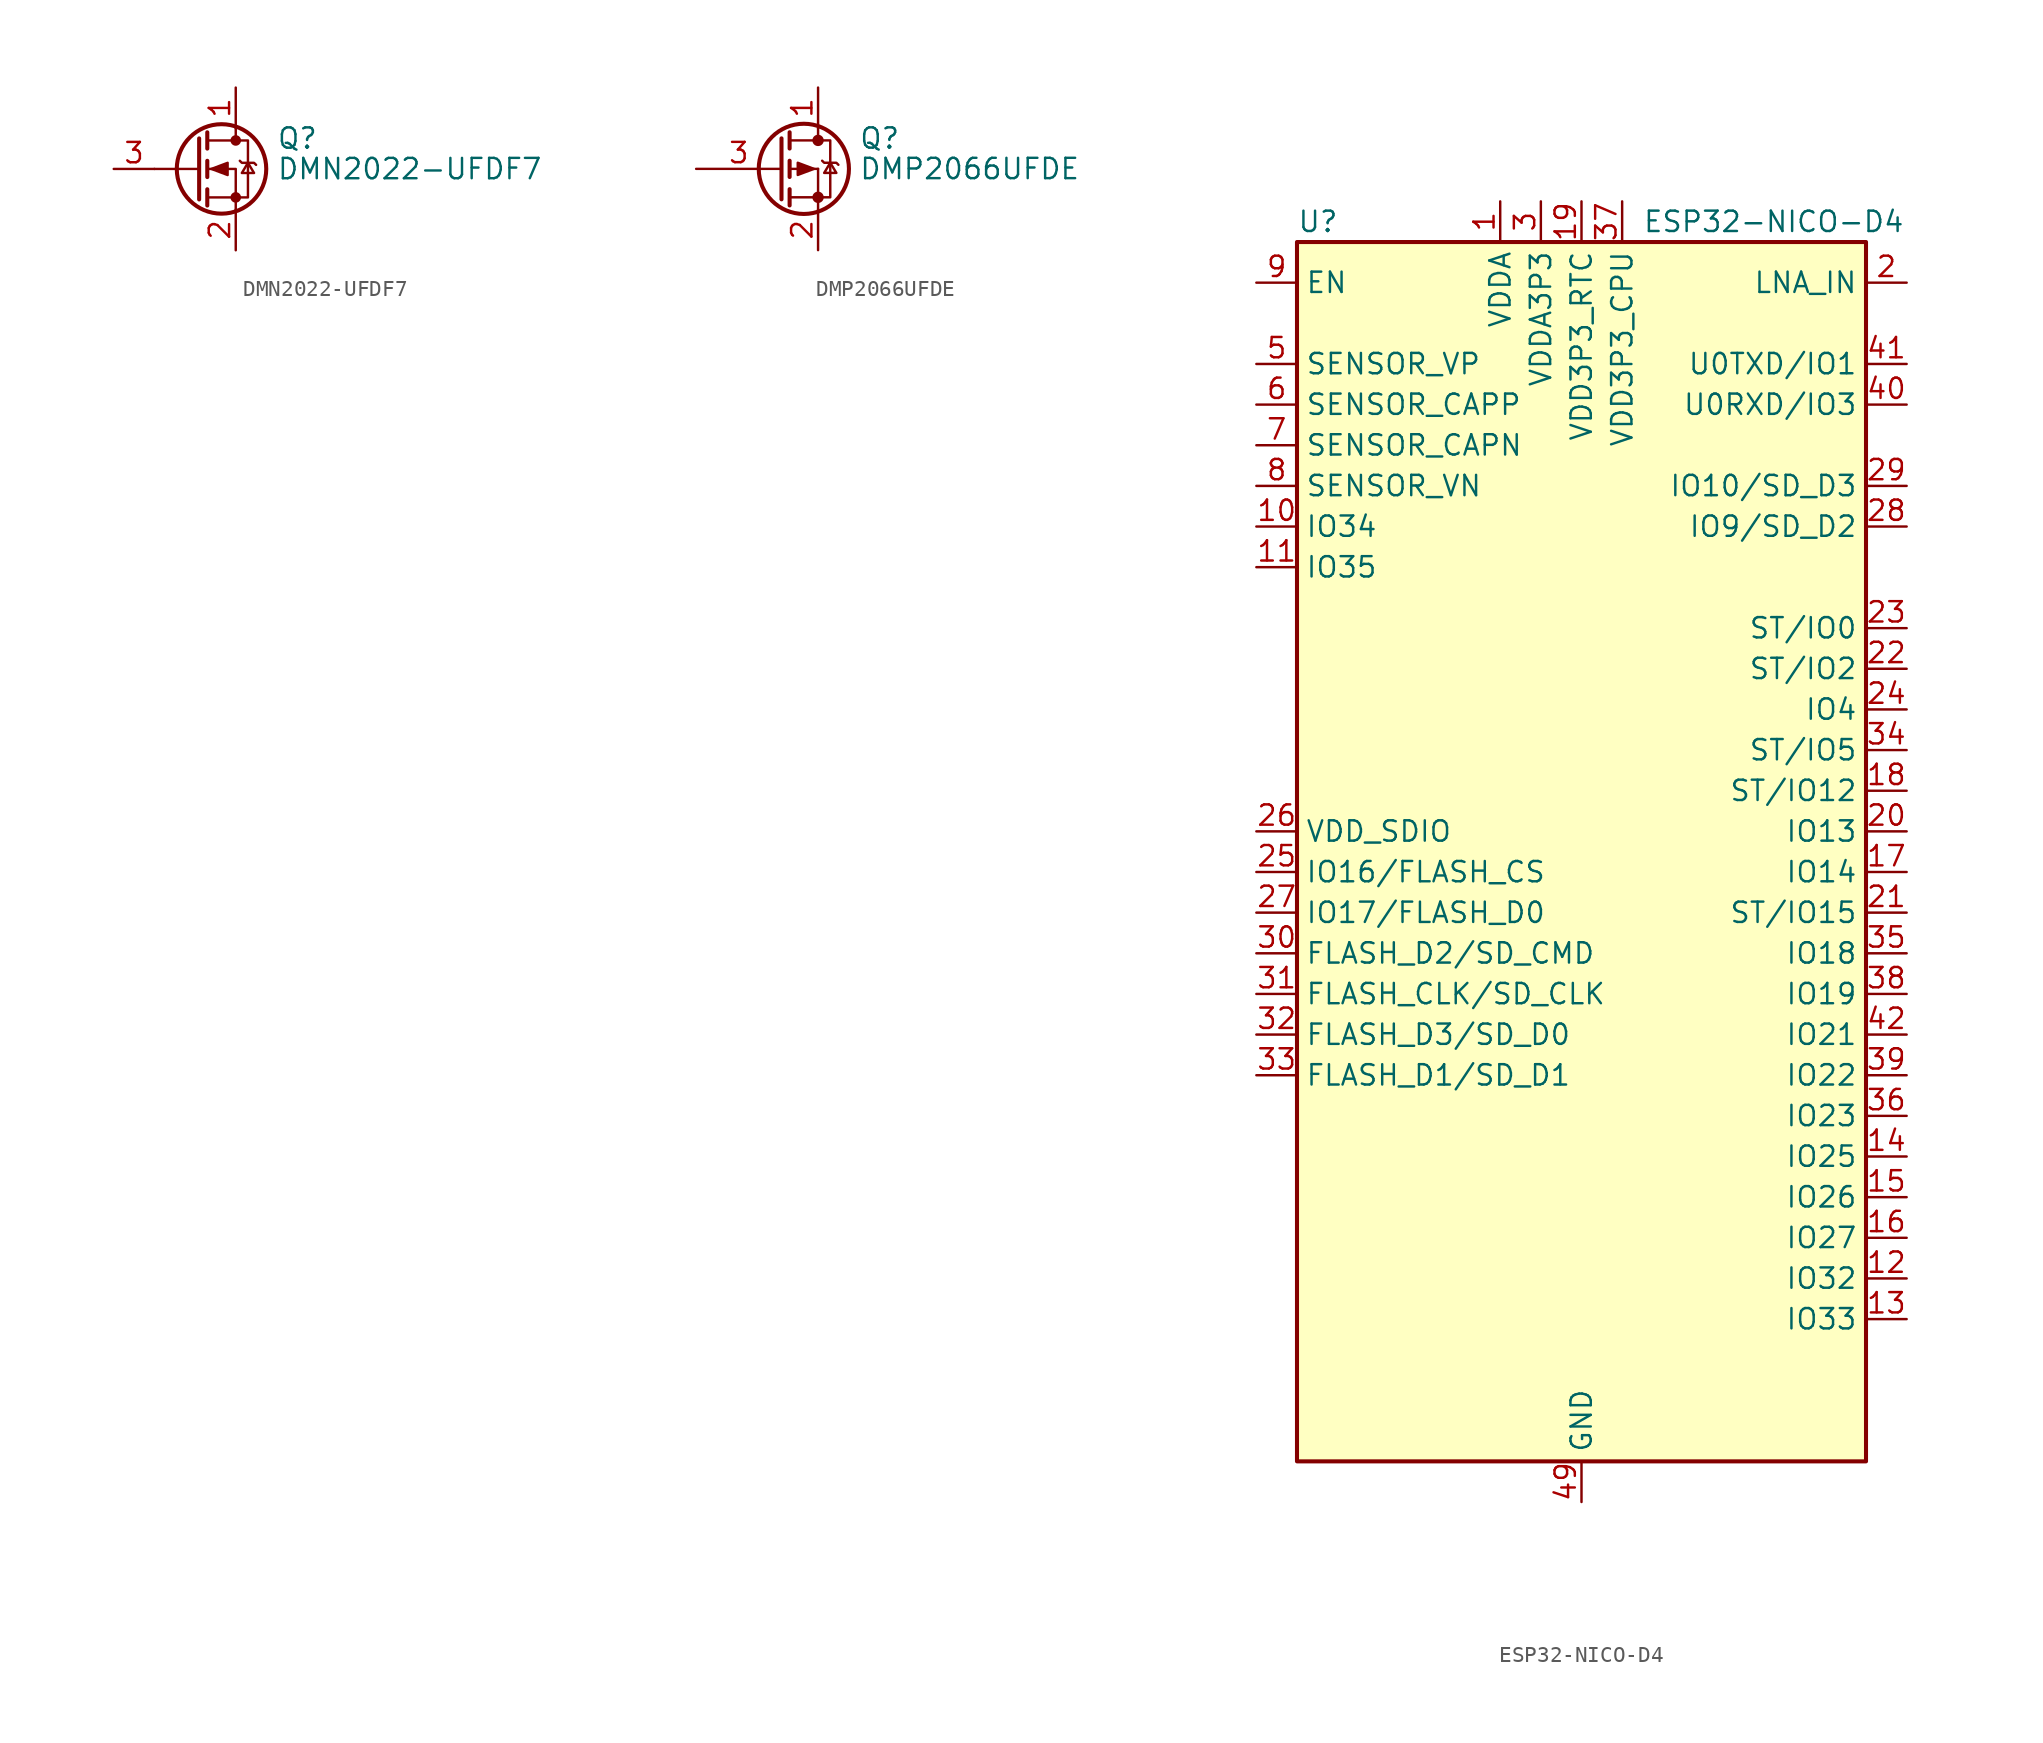
<source format=kicad_sym>
(kicad_symbol_lib
  (version 20210619)
  (generator kicad_symbol_editor)
  (symbol "nicos-parts:DMN2022-UFDF7"
    (pin_names hide)
    (property "Reference" "Q"
      (at 5.08 1.905 0)
      (effects (font (size 1.27 1.27)) (justify left)))
    (property "Value" "DMN2022-UFDF7"
      (at 5.08 0 0)
      (effects (font (size 1.27 1.27)) (justify left)))
    (symbol "DMN2022-UFDF7_0_1"
      (circle (center 1.651 0) (radius 2.794) (stroke (width 0.254)) (fill (type none)))
      (circle (center 2.54 -1.778) (radius 0.254) (stroke (width 0)) (fill (type outline)))
      (circle (center 2.54 1.778) (radius 0.254) (stroke (width 0)) (fill (type outline)))
      (polyline (pts (xy 0.254 0) (xy -2.54 0)) (stroke (width 0)) (fill (type none)))
      (polyline (pts (xy 0.254 1.905) (xy 0.254 -1.905)) (stroke (width 0.254)) (fill (type none)))
      (polyline (pts (xy 0.762 -1.27) (xy 0.762 -2.286)) (stroke (width 0.254)) (fill (type none)))
      (polyline (pts (xy 0.762 0.508) (xy 0.762 -0.508)) (stroke (width 0.254)) (fill (type none)))
      (polyline (pts (xy 0.762 2.286) (xy 0.762 1.27)) (stroke (width 0.254)) (fill (type none)))
      (polyline (pts (xy 2.54 2.54) (xy 2.54 1.778)) (stroke (width 0)) (fill (type none)))
      (polyline (pts (xy 2.54 -2.54) (xy 2.54 0) (xy 0.762 0)) (stroke (width 0)) (fill (type none)))
      (polyline (pts (xy 0.762 -1.778) (xy 3.302 -1.778) (xy 3.302 1.778) (xy 0.762 1.778)) (stroke (width 0)) (fill (type none)))
      (polyline (pts (xy 2.794 0.508) (xy 2.921 0.381) (xy 3.683 0.381) (xy 3.81 0.254)) (stroke (width 0)) (fill (type none)))
      (polyline (pts (xy 3.302 0.381) (xy 2.921 -0.254) (xy 3.683 -0.254) (xy 3.302 0.381)) (stroke (width 0)) (fill (type none)))
      (polyline (pts (xy 1.016 0) (xy 2.032 0.381) (xy 2.032 -0.381) (xy 1.016 0)) (stroke (width 0)) (fill (type outline))))
    (symbol "DMN2022-UFDF7_1_1"
      (pin passive line (at 2.54 5.08 270) (length 2.54) (name "D" (effects (font (size 1.27 1.27)))) (number "1" (effects (font (size 1.27 1.27)))))
      (pin passive line (at 2.54 -5.08 90) (length 2.54) (name "S" (effects (font (size 1.27 1.27)))) (number "2" (effects (font (size 1.27 1.27)))))
      (pin input line (at -5.08 0 0) (length 2.54) (name "G" (effects (font (size 1.27 1.27)))) (number "3" (effects (font (size 1.27 1.27)))))))
  (symbol "nicos-parts:DMP2066UFDE"
    (pin_names
      (offset 0) hide)
    (property "Reference" "Q"
      (at 5.08 1.905 0)
      (effects (font (size 1.27 1.27)) (justify left)))
    (property "Value" "DMP2066UFDE"
      (at 5.08 0 0)
      (effects (font (size 1.27 1.27)) (justify left)))
    (symbol "DMP2066UFDE_0_1"
      (circle (center 1.651 0) (radius 2.819) (stroke (width 0.254)) (fill (type none)))
      (circle (center 2.54 -1.778) (radius 0.279) (stroke (width 0)) (fill (type outline)))
      (circle (center 2.54 1.778) (radius 0.279) (stroke (width 0)) (fill (type outline)))
      (polyline (pts (xy 0.762 -1.778) (xy 2.54 -1.778)) (stroke (width 0)) (fill (type none)))
      (polyline (pts (xy 0.762 -1.27) (xy 0.762 -2.286)) (stroke (width 0.254)) (fill (type none)))
      (polyline (pts (xy 0.762 0) (xy 2.54 0)) (stroke (width 0)) (fill (type none)))
      (polyline (pts (xy 0.762 0.508) (xy 0.762 -0.508)) (stroke (width 0.254)) (fill (type none)))
      (polyline (pts (xy 0.762 1.778) (xy 2.54 1.778)) (stroke (width 0)) (fill (type none)))
      (polyline (pts (xy 0.762 2.286) (xy 0.762 1.27)) (stroke (width 0.254)) (fill (type none)))
      (polyline (pts (xy 2.54 -1.778) (xy 2.54 -2.54)) (stroke (width 0)) (fill (type none)))
      (polyline (pts (xy 2.54 -1.778) (xy 2.54 0)) (stroke (width 0)) (fill (type none)))
      (polyline (pts (xy 2.54 2.54) (xy 2.54 1.778)) (stroke (width 0)) (fill (type none)))
      (polyline (pts (xy 0.254 1.905) (xy 0.254 -1.905) (xy 0.254 -1.905)) (stroke (width 0.254)) (fill (type none)))
      (polyline (pts (xy 2.54 -1.778) (xy 3.302 -1.778) (xy 3.302 1.778) (xy 2.54 1.778)) (stroke (width 0)) (fill (type none)))
      (polyline (pts (xy 2.794 0.508) (xy 2.921 0.381) (xy 3.683 0.381) (xy 3.81 0.254)) (stroke (width 0)) (fill (type none)))
      (polyline (pts (xy 3.302 0.381) (xy 2.921 -0.254) (xy 3.683 -0.254) (xy 3.302 0.381)) (stroke (width 0)) (fill (type none)))
      (polyline (pts (xy 2.286 0) (xy 1.27 -0.381) (xy 1.27 0.381) (xy 2.286 0)) (stroke (width 0)) (fill (type outline))))
    (symbol "DMP2066UFDE_1_1"
      (pin passive line (at 2.54 5.08 270) (length 2.54) (name "D" (effects (font (size 1.27 1.27)))) (number "1" (effects (font (size 1.27 1.27)))))
      (pin passive line (at 2.54 -5.08 90) (length 2.54) (name "S" (effects (font (size 1.27 1.27)))) (number "2" (effects (font (size 1.27 1.27)))))
      (pin input line (at -5.08 0 0) (length 5.334) (name "G" (effects (font (size 1.27 1.27)))) (number "3" (effects (font (size 1.27 1.27)))))))
  (symbol "nicos-parts:ESP32-NICO-D4"
    (property "Reference" "U"
      (at -17.78 39.37 0)
      (effects (font (size 1.27 1.27)) (justify left)))
    (property "Value" "ESP32-NICO-D4"
      (at 3.81 39.37 0)
      (effects (font (size 1.27 1.27)) (justify left)))
    (symbol "ESP32-NICO-D4_0_0"
      (pin power_in line (at -5.08 40.64 270) (length 2.54) (name "VDDA" (effects (font (size 1.27 1.27)))) (number "1" (effects (font (size 1.27 1.27)))))
      (pin input line (at -20.32 20.32 0) (length 2.54) (name "IO34" (effects (font (size 1.27 1.27)))) (number "10" (effects (font (size 1.27 1.27)))))
      (pin input line (at -20.32 17.78 0) (length 2.54) (name "IO35" (effects (font (size 1.27 1.27)))) (number "11" (effects (font (size 1.27 1.27)))))
      (pin bidirectional line (at 20.32 -26.67 180) (length 2.54) (name "IO32" (effects (font (size 1.27 1.27)))) (number "12" (effects (font (size 1.27 1.27)))))
      (pin bidirectional line (at 20.32 -29.21 180) (length 2.54) (name "IO33" (effects (font (size 1.27 1.27)))) (number "13" (effects (font (size 1.27 1.27)))))
      (pin bidirectional line (at 20.32 -19.05 180) (length 2.54) (name "IO25" (effects (font (size 1.27 1.27)))) (number "14" (effects (font (size 1.27 1.27)))))
      (pin bidirectional line (at 20.32 -21.59 180) (length 2.54) (name "IO26" (effects (font (size 1.27 1.27)))) (number "15" (effects (font (size 1.27 1.27)))))
      (pin bidirectional line (at 20.32 -24.13 180) (length 2.54) (name "IO27" (effects (font (size 1.27 1.27)))) (number "16" (effects (font (size 1.27 1.27)))))
      (pin bidirectional line (at 20.32 -1.27 180) (length 2.54) (name "IO14" (effects (font (size 1.27 1.27)))) (number "17" (effects (font (size 1.27 1.27)))))
      (pin bidirectional line (at 20.32 3.81 180) (length 2.54) (name "ST/IO12" (effects (font (size 1.27 1.27)))) (number "18" (effects (font (size 1.27 1.27)))))
      (pin power_in line (at 0 40.64 270) (length 2.54) (name "VDD3P3_RTC" (effects (font (size 1.27 1.27)))) (number "19" (effects (font (size 1.27 1.27)))))
      (pin bidirectional line (at 20.32 35.56 180) (length 2.54) (name "LNA_IN" (effects (font (size 1.27 1.27)))) (number "2" (effects (font (size 1.27 1.27)))))
      (pin bidirectional line (at 20.32 1.27 180) (length 2.54) (name "IO13" (effects (font (size 1.27 1.27)))) (number "20" (effects (font (size 1.27 1.27)))))
      (pin bidirectional line (at 20.32 -3.81 180) (length 2.54) (name "ST/IO15" (effects (font (size 1.27 1.27)))) (number "21" (effects (font (size 1.27 1.27)))))
      (pin bidirectional line (at 20.32 11.43 180) (length 2.54) (name "ST/IO2" (effects (font (size 1.27 1.27)))) (number "22" (effects (font (size 1.27 1.27)))))
      (pin bidirectional line (at 20.32 13.97 180) (length 2.54) (name "ST/IO0" (effects (font (size 1.27 1.27)))) (number "23" (effects (font (size 1.27 1.27)))))
      (pin bidirectional line (at 20.32 8.89 180) (length 2.54) (name "IO4" (effects (font (size 1.27 1.27)))) (number "24" (effects (font (size 1.27 1.27)))))
      (pin bidirectional line (at -20.32 -1.27 0) (length 2.54) (name "IO16/FLASH_CS" (effects (font (size 1.27 1.27)))) (number "25" (effects (font (size 1.27 1.27)))))
      (pin power_out line (at -20.32 1.27 0) (length 2.54) (name "VDD_SDIO" (effects (font (size 1.27 1.27)))) (number "26" (effects (font (size 1.27 1.27)))))
      (pin bidirectional line (at -20.32 -3.81 0) (length 2.54) (name "IO17/FLASH_D0" (effects (font (size 1.27 1.27)))) (number "27" (effects (font (size 1.27 1.27)))))
      (pin bidirectional line (at 20.32 20.32 180) (length 2.54) (name "IO9/SD_D2" (effects (font (size 1.27 1.27)))) (number "28" (effects (font (size 1.27 1.27)))))
      (pin bidirectional line (at 20.32 22.86 180) (length 2.54) (name "IO10/SD_D3" (effects (font (size 1.27 1.27)))) (number "29" (effects (font (size 1.27 1.27)))))
      (pin power_in line (at -2.54 40.64 270) (length 2.54) (name "VDDA3P3" (effects (font (size 1.27 1.27)))) (number "3" (effects (font (size 1.27 1.27)))))
      (pin bidirectional line (at -20.32 -6.35 0) (length 2.54) (name "FLASH_D2/SD_CMD" (effects (font (size 1.27 1.27)))) (number "30" (effects (font (size 1.27 1.27)))))
      (pin bidirectional line (at -20.32 -8.89 0) (length 2.54) (name "FLASH_CLK/SD_CLK" (effects (font (size 1.27 1.27)))) (number "31" (effects (font (size 1.27 1.27)))))
      (pin bidirectional line (at -20.32 -11.43 0) (length 2.54) (name "FLASH_D3/SD_D0" (effects (font (size 1.27 1.27)))) (number "32" (effects (font (size 1.27 1.27)))))
      (pin bidirectional line (at -20.32 -13.97 0) (length 2.54) (name "FLASH_D1/SD_D1" (effects (font (size 1.27 1.27)))) (number "33" (effects (font (size 1.27 1.27)))))
      (pin bidirectional line (at 20.32 6.35 180) (length 2.54) (name "ST/IO5" (effects (font (size 1.27 1.27)))) (number "34" (effects (font (size 1.27 1.27)))))
      (pin bidirectional line (at 20.32 -6.35 180) (length 2.54) (name "IO18" (effects (font (size 1.27 1.27)))) (number "35" (effects (font (size 1.27 1.27)))))
      (pin bidirectional line (at 20.32 -16.51 180) (length 2.54) (name "IO23" (effects (font (size 1.27 1.27)))) (number "36" (effects (font (size 1.27 1.27)))))
      (pin power_in line (at 2.54 40.64 270) (length 2.54) (name "VDD3P3_CPU" (effects (font (size 1.27 1.27)))) (number "37" (effects (font (size 1.27 1.27)))))
      (pin bidirectional line (at 20.32 -8.89 180) (length 2.54) (name "IO19" (effects (font (size 1.27 1.27)))) (number "38" (effects (font (size 1.27 1.27)))))
      (pin bidirectional line (at 20.32 -13.97 180) (length 2.54) (name "IO22" (effects (font (size 1.27 1.27)))) (number "39" (effects (font (size 1.27 1.27)))))
      (pin passive line (at -2.54 40.64 270) (length 2.54) hide (name "VDDA3P3" (effects (font (size 1.27 1.27)))) (number "4" (effects (font (size 1.27 1.27)))))
      (pin bidirectional line (at 20.32 27.94 180) (length 2.54) (name "U0RXD/IO3" (effects (font (size 1.27 1.27)))) (number "40" (effects (font (size 1.27 1.27)))))
      (pin bidirectional line (at 20.32 30.48 180) (length 2.54) (name "U0TXD/IO1" (effects (font (size 1.27 1.27)))) (number "41" (effects (font (size 1.27 1.27)))))
      (pin bidirectional line (at 20.32 -11.43 180) (length 2.54) (name "IO21" (effects (font (size 1.27 1.27)))) (number "42" (effects (font (size 1.27 1.27)))))
      (pin passive line (at -5.08 40.64 270) (length 2.54) hide (name "VDDA" (effects (font (size 1.27 1.27)))) (number "43" (effects (font (size 1.27 1.27)))))
      (pin no_connect line (at -17.78 -25.4 0) (length 2.54) hide (name "XTAL_N_NC" (effects (font (size 1.27 1.27)))) (number "44" (effects (font (size 1.27 1.27)))))
      (pin no_connect line (at -17.78 -27.94 0) (length 2.54) hide (name "XTAL_P_NC" (effects (font (size 1.27 1.27)))) (number "45" (effects (font (size 1.27 1.27)))))
      (pin passive line (at -5.08 40.64 270) (length 2.54) hide (name "VDDA" (effects (font (size 1.27 1.27)))) (number "46" (effects (font (size 1.27 1.27)))))
      (pin no_connect line (at -17.78 -30.48 0) (length 2.54) hide (name "CAP2_NC" (effects (font (size 1.27 1.27)))) (number "47" (effects (font (size 1.27 1.27)))))
      (pin no_connect line (at -17.78 -33.02 0) (length 2.54) hide (name "CAP1_NC" (effects (font (size 1.27 1.27)))) (number "48" (effects (font (size 1.27 1.27)))))
      (pin power_in line (at 0 -40.64 90) (length 2.54) (name "GND" (effects (font (size 1.27 1.27)))) (number "49" (effects (font (size 1.27 1.27)))))
      (pin input line (at -20.32 30.48 0) (length 2.54) (name "SENSOR_VP" (effects (font (size 1.27 1.27)))) (number "5" (effects (font (size 1.27 1.27)))))
      (pin input line (at -20.32 27.94 0) (length 2.54) (name "SENSOR_CAPP" (effects (font (size 1.27 1.27)))) (number "6" (effects (font (size 1.27 1.27)))))
      (pin input line (at -20.32 25.4 0) (length 2.54) (name "SENSOR_CAPN" (effects (font (size 1.27 1.27)))) (number "7" (effects (font (size 1.27 1.27)))))
      (pin input line (at -20.32 22.86 0) (length 2.54) (name "SENSOR_VN" (effects (font (size 1.27 1.27)))) (number "8" (effects (font (size 1.27 1.27)))))
      (pin input line (at -20.32 35.56 0) (length 2.54) (name "EN" (effects (font (size 1.27 1.27)))) (number "9" (effects (font (size 1.27 1.27))))))
    (symbol "ESP32-NICO-D4_0_1"
      (rectangle (start -17.78 38.1) (end 17.78 -38.1) (stroke (width 0.254)) (fill (type background))))))
</source>
